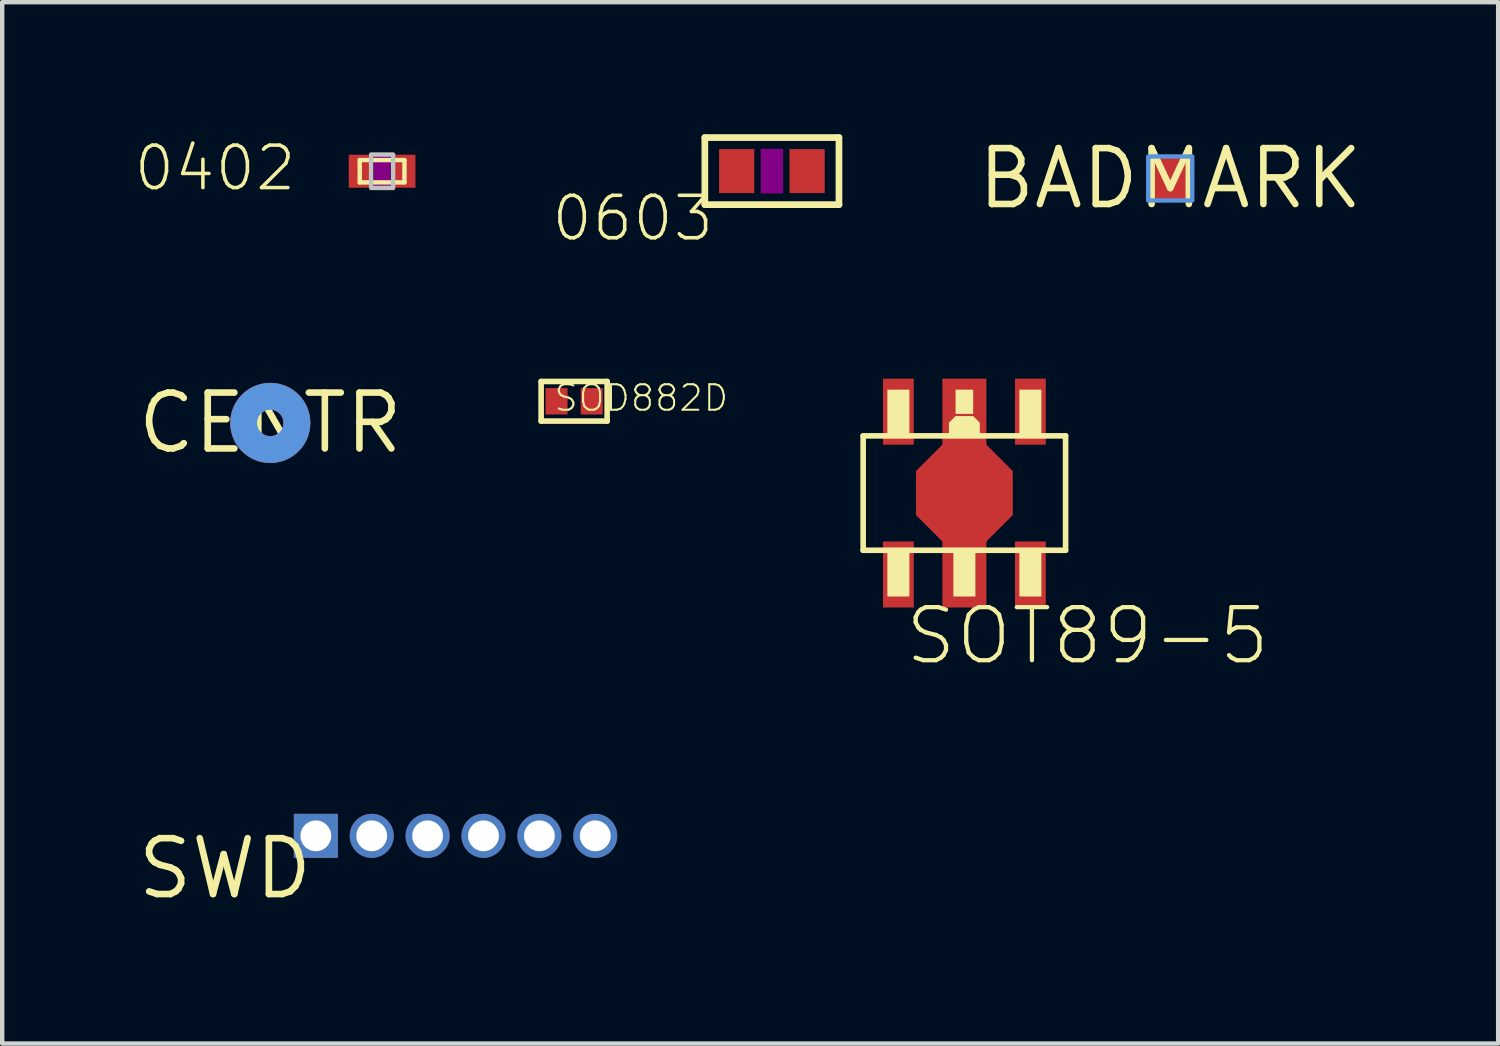
<source format=kicad_pcb>
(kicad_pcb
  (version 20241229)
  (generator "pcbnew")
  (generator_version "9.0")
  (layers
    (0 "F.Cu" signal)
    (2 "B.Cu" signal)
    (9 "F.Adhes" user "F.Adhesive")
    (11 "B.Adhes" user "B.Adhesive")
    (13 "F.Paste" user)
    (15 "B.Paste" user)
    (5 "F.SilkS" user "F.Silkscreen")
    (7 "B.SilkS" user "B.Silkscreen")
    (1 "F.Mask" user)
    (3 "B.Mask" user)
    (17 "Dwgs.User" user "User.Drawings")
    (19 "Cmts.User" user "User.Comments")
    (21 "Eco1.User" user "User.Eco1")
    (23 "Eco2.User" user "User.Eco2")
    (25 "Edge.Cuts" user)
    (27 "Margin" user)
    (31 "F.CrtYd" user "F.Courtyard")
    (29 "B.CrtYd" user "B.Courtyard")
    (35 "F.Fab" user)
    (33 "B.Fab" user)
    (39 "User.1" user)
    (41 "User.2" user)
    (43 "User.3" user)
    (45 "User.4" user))
  (footprint "SWD"
    (layer "F.Cu")
    (at 4.127 15.944)
    (property "Reference" "SWD" (at 0 0 0) (layer "F.SilkS") (effects (font (size 1.27 1.27) (thickness 0.15)) (justify right top)))
    (attr through_hole)
    (fp_circle (center 1.27 0) (end 1.524 0) (stroke (width 0.639) (type solid)) (fill no) (layer "F.Mask"))
    (fp_circle (center 2.54 0) (end 2.794 0) (stroke (width 0.639) (type solid)) (fill no) (layer "F.Mask"))
    (fp_circle (center 3.81 0) (end 4.064 0) (stroke (width 0.639) (type solid)) (fill no) (layer "F.Mask"))
    (fp_circle (center 5.08 0) (end 5.334 0) (stroke (width 0.639) (type solid)) (fill no) (layer "F.Mask"))
    (fp_circle (center 6.35 0) (end 6.604 0) (stroke (width 0.639) (type solid)) (fill no) (layer "F.Mask"))
    (fp_poly (pts (xy -0.584 0.584) (xy 0.584 0.584) (xy 0.584 -0.584) (xy -0.584 -0.584)) (stroke (width 0) (type solid)) (fill yes) (layer "F.Mask"))
    (pad "GND" thru_hole circle (at 1.27 0) (size 1 1) (drill 0.7) (layers "*.Cu" "*.Mask"))
    (pad "RST" thru_hole rect (at 0 0) (size 1 1) (drill 0.7) (layers "*.Cu" "*.Mask"))
    (pad "SWCLK" thru_hole circle (at 3.81 0) (size 1 1) (drill 0.7) (layers "*.Cu" "*.Mask"))
    (pad "SWDIO" thru_hole circle (at 5.08 0) (size 1 1) (drill 0.7) (layers "*.Cu" "*.Mask"))
    (pad "SWO" thru_hole circle (at 2.54 0) (size 1 1) (drill 0.7) (layers "*.Cu" "*.Mask"))
    (pad "VCC" thru_hole circle (at 6.35 0) (size 1 1) (drill 0.7) (layers "*.Cu" "*.Mask")))
  (footprint "CENTR"
    (layer "F.Cu")
    (at 3.092 6.561)
    (property "Reference" "CENTR" (at 0 0 0) (layer "F.SilkS") (effects (font (size 1.27 1.27) (thickness 0.15))))
    (attr through_hole)
    (fp_circle (center 0 0) (end 0.3 0) (stroke (width 0.61) (type solid)) (fill no) (layer "F.Cu"))
    (fp_circle (center 0 0) (end 0.3 0) (stroke (width 0.61) (type solid)) (fill no) (layer "F.Cu"))
    (fp_circle (center 0 0) (end 0.4 0) (stroke (width 0.8) (type solid)) (fill no) (layer "F.Mask"))
    (fp_circle (center 0 0) (end 0.3 0) (stroke (width 0.61) (type solid)) (fill no) (layer "Cmts.User")))
  (footprint "SOD882D"
    (layer "F.Cu")
    (at 9.997 6.069)
    (property "Reference" "SOD882D" (at -0.489 0.265 0) (layer "F.SilkS") (effects (font (size 0.579 0.579) (thickness 0.046)) (justify left bottom)))
    (attr through_hole)
    (fp_line (start -0.75 -0.45) (end -0.75 0.45) (stroke (width 0.127) (type solid)) (layer "F.SilkS"))
    (fp_line (start -0.75 0.45) (end 0.75 0.45) (stroke (width 0.127) (type solid)) (layer "F.SilkS"))
    (fp_line (start 0.75 -0.45) (end -0.75 -0.45) (stroke (width 0.127) (type solid)) (layer "F.SilkS"))
    (fp_line (start 0.75 0.45) (end 0.75 -0.45) (stroke (width 0.127) (type solid)) (layer "F.SilkS"))
    (fp_poly (pts (xy -0.5 0.25) (xy -0.2 0.25) (xy -0.2 -0.25) (xy -0.5 -0.25)) (stroke (width 0) (type solid)) (fill yes) (layer "F.Paste"))
    (fp_poly (pts (xy 0.2 0.25) (xy 0.5 0.25) (xy 0.5 -0.25) (xy 0.2 -0.25)) (stroke (width 0) (type solid)) (fill yes) (layer "F.Paste"))
    (pad "1" smd rect (at -0.4 0 90) (size 0.6 0.5) (layers "F.Cu" "F.Mask"))
    (pad "2" smd rect (at 0.4 0 90) (size 0.6 0.5) (layers "F.Cu" "F.Mask")))
  (footprint "0603"
    (layer "F.Cu")
    (at 14.491 0.838)
    (property "Reference" "0603" (at -1.27 0.508 0) (layer "F.SilkS") (effects (font (size 0.965 0.965) (thickness 0.081)) (justify right top)))
    (attr through_hole)
    (fp_line (start -1.524 0.762) (end -1.524 -0.762) (stroke (width 0.152) (type solid)) (layer "F.SilkS"))
    (fp_line (start -1.524 0.762) (end 1.524 0.762) (stroke (width 0.152) (type solid)) (layer "F.SilkS"))
    (fp_line (start 1.524 -0.762) (end -1.524 -0.762) (stroke (width 0.152) (type solid)) (layer "F.SilkS"))
    (fp_line (start 1.524 -0.762) (end 1.524 0.762) (stroke (width 0.152) (type solid)) (layer "F.SilkS"))
    (fp_poly (pts (xy -0.254 0.508) (xy 0.254 0.508) (xy 0.254 -0.508) (xy -0.254 -0.508)) (stroke (width 0) (type solid)) (fill yes) (layer "F.Adhes"))
    (pad "1" smd rect (at -0.8 0) (size 0.8 1) (layers "F.Cu" "F.Mask" "F.Paste"))
    (pad "2" smd rect (at 0.8 0) (size 0.8 1) (layers "F.Cu" "F.Mask" "F.Paste")))
  (footprint "0402"
    (layer "F.Cu")
    (at 5.633 0.841)
    (property "Reference" "0402" (at -1.905 -0.635 0) (layer "F.SilkS") (effects (font (size 0.965 0.965) (thickness 0.081)) (justify right top)))
    (attr through_hole)
    (fp_poly (pts (xy -0.859 0.477) (xy 0.86 0.477) (xy 0.86 -0.477) (xy -0.859 -0.477)) (stroke (width 0) (type solid)) (fill yes) (layer "F.Mask"))
    (fp_line (start -0.508 0.254) (end -0.508 -0.254) (stroke (width 0.1) (type solid)) (layer "F.SilkS"))
    (fp_line (start -0.508 0.254) (end 0.508 0.254) (stroke (width 0.1) (type solid)) (layer "F.SilkS"))
    (fp_line (start 0.508 -0.254) (end -0.508 -0.254) (stroke (width 0.1) (type solid)) (layer "F.SilkS"))
    (fp_line (start 0.508 -0.254) (end 0.508 0.254) (stroke (width 0.1) (type solid)) (layer "F.SilkS"))
    (fp_poly (pts (xy -0.191 0.381) (xy 0.191 0.381) (xy 0.191 -0.381) (xy -0.191 -0.381)) (stroke (width 0) (type solid)) (fill yes) (layer "F.Adhes"))
    (fp_poly (pts (xy -0.25 0.38) (xy 0.25 0.38) (xy 0.25 -0.38) (xy -0.25 -0.38)) (stroke (width 0.1) (type solid)) (fill no) (layer "Dwgs.User"))
    (pad "P$1" smd rect (at -0.508 0) (size 0.5 0.75) (layers "F.Cu" "F.Mask" "F.Paste"))
    (pad "P$2" smd rect (at 0.508 0) (size 0.5 0.75) (layers "F.Cu" "F.Mask" "F.Paste")))
  (footprint "SOT89-5"
    (layer "F.Cu")
    (at 18.865 8.155)
    (property "Reference" "SOT89-5" (at -1.4 3.95 180) (layer "F.SilkS") (effects (font (size 1.206 1.206) (thickness 0.097)) (justify left bottom)))
    (attr through_hole)
    (fp_poly (pts (xy -0.45 -1.15) (xy -1.1 -0.5) (xy -1.1 0.5) (xy -0.45 1.15) (xy 0.45 1.15) (xy 1.1 0.5) (xy 1.1 -0.5) (xy 0.45 -1.15)) (stroke (width 0) (type solid)) (fill yes) (layer "F.Cu"))
    (fp_poly (pts (xy -0.55 -1.2) (xy -1.2 -0.55) (xy -1.2 0.55) (xy -0.55 1.2) (xy 0.55 1.2) (xy 1.2 0.55) (xy 1.2 -0.55) (xy 0.55 -1.2)) (stroke (width 0) (type solid)) (fill yes) (layer "F.Mask"))
    (fp_line (start -2.3 -1.3) (end -2.3 1.3) (stroke (width 0.127) (type solid)) (layer "F.SilkS"))
    (fp_line (start -2.3 1.3) (end 2.3 1.3) (stroke (width 0.127) (type solid)) (layer "F.SilkS"))
    (fp_line (start 2.3 -1.3) (end -2.3 -1.3) (stroke (width 0.127) (type solid)) (layer "F.SilkS"))
    (fp_line (start 2.3 1.3) (end 2.3 -1.3) (stroke (width 0.127) (type solid)) (layer "F.SilkS"))
    (fp_poly (pts (xy -1.75 -1.35) (xy -1.25 -1.35) (xy -1.25 -2.35) (xy -1.75 -2.35)) (stroke (width 0) (type solid)) (fill yes) (layer "F.SilkS"))
    (fp_poly (pts (xy -1.75 2.35) (xy -1.25 2.35) (xy -1.25 1.35) (xy -1.75 1.35)) (stroke (width 0) (type solid)) (fill yes) (layer "F.SilkS"))
    (fp_poly (pts (xy -0.25 2.35) (xy 0.25 2.35) (xy 0.25 1.35) (xy -0.25 1.35)) (stroke (width 0) (type solid)) (fill yes) (layer "F.SilkS"))
    (fp_poly (pts (xy -0.2 -1.8) (xy 0.2 -1.8) (xy 0.2 -2.35) (xy -0.2 -2.35)) (stroke (width 0) (type solid)) (fill yes) (layer "F.SilkS"))
    (fp_poly (pts (xy 1.25 -1.35) (xy 1.75 -1.35) (xy 1.75 -2.35) (xy 1.25 -2.35)) (stroke (width 0) (type solid)) (fill yes) (layer "F.SilkS"))
    (fp_poly (pts (xy 1.25 2.35) (xy 1.75 2.35) (xy 1.75 1.35) (xy 1.25 1.35)) (stroke (width 0) (type solid)) (fill yes) (layer "F.SilkS"))
    (fp_poly (pts (xy -0.35 -1.3) (xy -0.35 -1.6) (xy -0.2 -1.75) (xy 0.2 -1.75) (xy 0.35 -1.6) (xy 0.35 -1.3)) (stroke (width 0) (type solid)) (fill yes) (layer "F.SilkS"))
    (pad "1" smd rect (at -1.5 1.85 90) (size 1.5 0.7) (layers "F.Cu" "F.Mask" "F.Paste"))
    (pad "2" smd rect (at 0 0 90) (size 5.2 1) (layers "F.Cu" "F.Mask" "F.Paste"))
    (pad "3" smd rect (at 1.5 1.85 90) (size 1.5 0.7) (layers "F.Cu" "F.Mask" "F.Paste"))
    (pad "4" smd rect (at 1.5 -1.85 90) (size 1.5 0.7) (layers "F.Cu" "F.Mask" "F.Paste"))
    (pad "5" smd rect (at -1.5 -1.85 90) (size 1.5 0.7) (layers "F.Cu" "F.Mask" "F.Paste")))
  (footprint "BADMARK"
    (layer "F.Cu")
    (at 23.543 1.006)
    (property "Reference" "BADMARK" (at 0 0 0) (layer "F.SilkS") (effects (font (size 1.27 1.27) (thickness 0.15))))
    (attr through_hole)
    (fp_poly (pts (xy -0.5 0.5) (xy 0.5 0.5) (xy 0.5 -0.5) (xy -0.5 -0.5)) (stroke (width 0) (type solid)) (fill yes) (layer "F.Cu"))
    (fp_poly (pts (xy -0.7 0.7) (xy 0.7 0.7) (xy 0.7 -0.7) (xy -0.7 -0.7)) (stroke (width 0) (type solid)) (fill yes) (layer "F.Mask"))
    (fp_poly (pts (xy -0.5 0.5) (xy 0.5 0.5) (xy 0.5 -0.5) (xy -0.5 -0.5)) (stroke (width 0.1) (type solid)) (fill no) (layer "Cmts.User")))
  (gr_rect
    (start -3 -3)
    (end 30.995 20.664)
    (stroke (width 0.1) (type default))
    (fill no)
    (layer "Edge.Cuts")))
</source>
